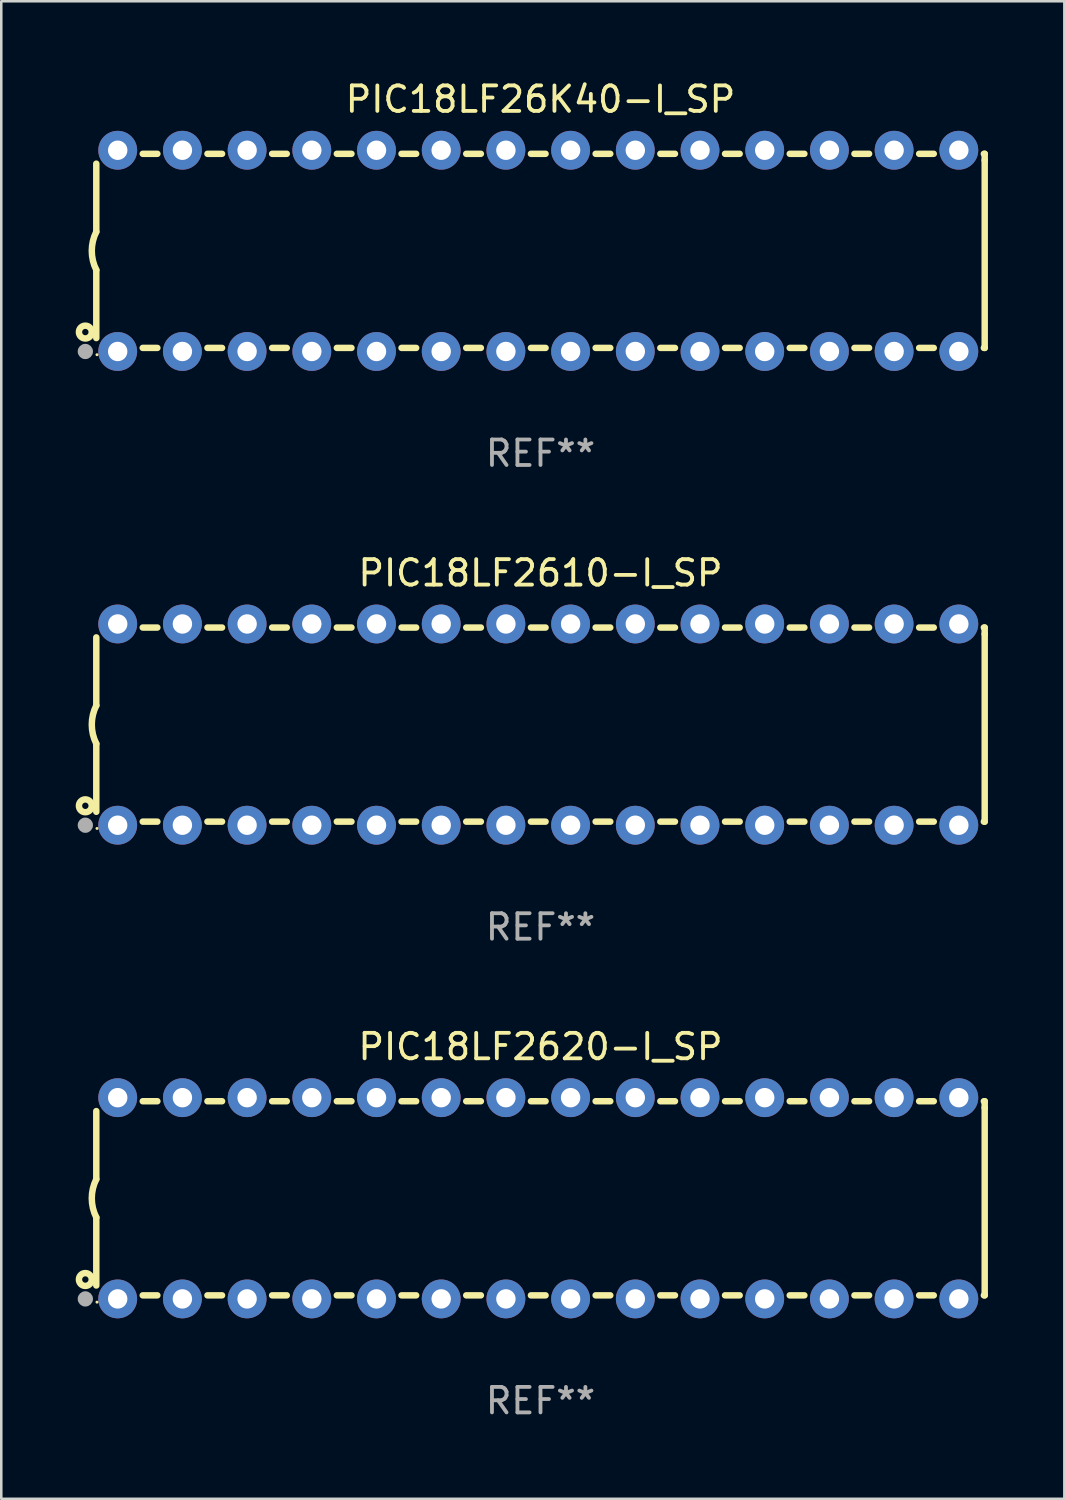
<source format=kicad_pcb>
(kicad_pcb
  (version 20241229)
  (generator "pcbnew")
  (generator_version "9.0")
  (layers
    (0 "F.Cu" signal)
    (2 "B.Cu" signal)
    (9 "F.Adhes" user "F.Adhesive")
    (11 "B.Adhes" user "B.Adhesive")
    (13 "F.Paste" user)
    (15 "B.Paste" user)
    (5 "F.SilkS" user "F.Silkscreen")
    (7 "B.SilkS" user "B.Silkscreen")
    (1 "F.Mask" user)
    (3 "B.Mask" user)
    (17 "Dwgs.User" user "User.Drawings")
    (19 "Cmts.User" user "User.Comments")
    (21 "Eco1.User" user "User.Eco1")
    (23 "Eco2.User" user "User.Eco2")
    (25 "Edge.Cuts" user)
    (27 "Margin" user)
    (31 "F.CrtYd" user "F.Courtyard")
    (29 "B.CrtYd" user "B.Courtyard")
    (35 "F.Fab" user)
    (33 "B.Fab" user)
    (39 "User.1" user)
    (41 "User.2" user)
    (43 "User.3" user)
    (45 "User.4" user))
  (footprint "PIC18LF26K40-I_SP"
    (layer "F.Cu")
    (at 18.168 6.798)
    (property "Reference" "PIC18LF26K40-I_SP" (at 0 -5.95 0) (layer "F.SilkS") (effects (font (size 1 1) (thickness 0.15))))
    (attr through_hole)
    (fp_line (start -17.438 0.75) (end -17.438 3.423) (stroke (width 0.254) (type solid)) (layer "F.SilkS"))
    (fp_line (start -17.438 -3.423) (end -17.438 -0.75) (stroke (width 0.254) (type solid)) (layer "F.SilkS"))
    (fp_line (start -15.615 3.81) (end -15.041 3.81) (stroke (width 0.254) (type solid)) (layer "F.SilkS"))
    (fp_line (start -15.041 -3.81) (end -15.614 -3.81) (stroke (width 0.254) (type solid)) (layer "F.SilkS"))
    (fp_line (start -13.075 3.81) (end -12.501 3.81) (stroke (width 0.254) (type solid)) (layer "F.SilkS"))
    (fp_line (start -12.501 -3.81) (end -13.074 -3.81) (stroke (width 0.254) (type solid)) (layer "F.SilkS"))
    (fp_line (start -10.535 3.81) (end -9.961 3.81) (stroke (width 0.254) (type solid)) (layer "F.SilkS"))
    (fp_line (start -9.961 -3.81) (end -10.534 -3.81) (stroke (width 0.254) (type solid)) (layer "F.SilkS"))
    (fp_line (start -7.995 3.81) (end -7.421 3.81) (stroke (width 0.254) (type solid)) (layer "F.SilkS"))
    (fp_line (start -7.421 -3.81) (end -7.995 -3.81) (stroke (width 0.254) (type solid)) (layer "F.SilkS"))
    (fp_line (start -5.455 3.81) (end -4.881 3.81) (stroke (width 0.254) (type solid)) (layer "F.SilkS"))
    (fp_line (start -4.881 -3.81) (end -5.455 -3.81) (stroke (width 0.254) (type solid)) (layer "F.SilkS"))
    (fp_line (start -2.915 3.81) (end -2.341 3.81) (stroke (width 0.254) (type solid)) (layer "F.SilkS"))
    (fp_line (start -2.341 -3.81) (end -2.915 -3.81) (stroke (width 0.254) (type solid)) (layer "F.SilkS"))
    (fp_line (start -0.375 3.81) (end 0.199 3.81) (stroke (width 0.254) (type solid)) (layer "F.SilkS"))
    (fp_line (start 0.199 -3.81) (end -0.375 -3.81) (stroke (width 0.254) (type solid)) (layer "F.SilkS"))
    (fp_line (start 2.165 3.81) (end 2.739 3.81) (stroke (width 0.254) (type solid)) (layer "F.SilkS"))
    (fp_line (start 2.739 -3.81) (end 2.165 -3.81) (stroke (width 0.254) (type solid)) (layer "F.SilkS"))
    (fp_line (start 4.705 3.81) (end 5.279 3.81) (stroke (width 0.254) (type solid)) (layer "F.SilkS"))
    (fp_line (start 5.279 -3.81) (end 4.705 -3.81) (stroke (width 0.254) (type solid)) (layer "F.SilkS"))
    (fp_line (start 7.245 3.81) (end 7.819 3.81) (stroke (width 0.254) (type solid)) (layer "F.SilkS"))
    (fp_line (start 7.819 -3.81) (end 7.245 -3.81) (stroke (width 0.254) (type solid)) (layer "F.SilkS"))
    (fp_line (start 9.785 3.81) (end 10.359 3.81) (stroke (width 0.254) (type solid)) (layer "F.SilkS"))
    (fp_line (start 10.359 -3.81) (end 9.785 -3.81) (stroke (width 0.254) (type solid)) (layer "F.SilkS"))
    (fp_line (start 12.325 3.81) (end 12.899 3.81) (stroke (width 0.254) (type solid)) (layer "F.SilkS"))
    (fp_line (start 12.899 -3.81) (end 12.325 -3.81) (stroke (width 0.254) (type solid)) (layer "F.SilkS"))
    (fp_line (start 14.865 3.81) (end 15.439 3.81) (stroke (width 0.254) (type solid)) (layer "F.SilkS"))
    (fp_line (start 15.439 -3.81) (end 14.865 -3.81) (stroke (width 0.254) (type solid)) (layer "F.SilkS"))
    (fp_line (start 17.405 3.81) (end 17.438 3.81) (stroke (width 0.254) (type solid)) (layer "F.SilkS"))
    (fp_line (start 17.438 -3.81) (end 17.405 -3.81) (stroke (width 0.254) (type solid)) (layer "F.SilkS"))
    (fp_line (start 17.438 -3.556) (end 17.438 -3.81) (stroke (width 0.254) (type solid)) (layer "F.SilkS"))
    (fp_line (start 17.438 3.81) (end 17.438 -3.556) (stroke (width 0.254) (type solid)) (layer "F.SilkS"))
    (fp_arc (start -17.437986 0.749657) (mid -17.614887 -0.000024) (end -17.437783 -0.749657) (stroke (width 0.254001) (type solid)) (layer "F.SilkS"))
    (fp_circle (center -17.868 3.188) (end -17.743 3.188) (stroke (width 0.254) (type solid)) (fill no) (layer "F.SilkS"))
    (fp_circle (center -17.411 4.077) (end -17.381 4.077) (stroke (width 0.06) (type solid)) (fill no) (layer "F.SilkS"))
    (fp_circle (center -17.868 3.95) (end -17.718 3.95) (stroke (width 0.3) (type solid)) (fill no) (layer "F.Fab"))
    (fp_text user "REF**" (at 0 7.95 0) (layer "F.Fab") (effects (font (size 1 1) (thickness 0.15))))
    (pad "1" thru_hole circle (at -16.598 3.95) (size 1.524 1.524) (drill 0.762) (layers "*.Cu" "*.Mask"))
    (pad "2" thru_hole circle (at -14.058 3.95) (size 1.524 1.524) (drill 0.762) (layers "*.Cu" "*.Mask"))
    (pad "3" thru_hole circle (at -11.518 3.95) (size 1.524 1.524) (drill 0.762) (layers "*.Cu" "*.Mask"))
    (pad "4" thru_hole circle (at -8.978 3.95) (size 1.524 1.524) (drill 0.762) (layers "*.Cu" "*.Mask"))
    (pad "5" thru_hole circle (at -6.438 3.95) (size 1.524 1.524) (drill 0.762) (layers "*.Cu" "*.Mask"))
    (pad "6" thru_hole circle (at -3.898 3.95) (size 1.524 1.524) (drill 0.762) (layers "*.Cu" "*.Mask"))
    (pad "7" thru_hole circle (at -1.358 3.95) (size 1.524 1.524) (drill 0.762) (layers "*.Cu" "*.Mask"))
    (pad "8" thru_hole circle (at 1.182 3.95) (size 1.524 1.524) (drill 0.762) (layers "*.Cu" "*.Mask"))
    (pad "9" thru_hole circle (at 3.722 3.95) (size 1.524 1.524) (drill 0.762) (layers "*.Cu" "*.Mask"))
    (pad "10" thru_hole circle (at 6.262 3.95) (size 1.524 1.524) (drill 0.762) (layers "*.Cu" "*.Mask"))
    (pad "11" thru_hole circle (at 8.802 3.95) (size 1.524 1.524) (drill 0.762) (layers "*.Cu" "*.Mask"))
    (pad "12" thru_hole circle (at 11.342 3.95) (size 1.524 1.524) (drill 0.762) (layers "*.Cu" "*.Mask"))
    (pad "13" thru_hole circle (at 13.882 3.95) (size 1.524 1.524) (drill 0.762) (layers "*.Cu" "*.Mask"))
    (pad "14" thru_hole circle (at 16.422 3.95) (size 1.524 1.524) (drill 0.762) (layers "*.Cu" "*.Mask"))
    (pad "15" thru_hole circle (at 16.422 -3.95) (size 1.524 1.524) (drill 0.762) (layers "*.Cu" "*.Mask"))
    (pad "16" thru_hole circle (at 13.882 -3.95) (size 1.524 1.524) (drill 0.762) (layers "*.Cu" "*.Mask"))
    (pad "17" thru_hole circle (at 11.342 -3.95) (size 1.524 1.524) (drill 0.762) (layers "*.Cu" "*.Mask"))
    (pad "18" thru_hole circle (at 8.802 -3.95) (size 1.524 1.524) (drill 0.762) (layers "*.Cu" "*.Mask"))
    (pad "19" thru_hole circle (at 6.262 -3.95) (size 1.524 1.524) (drill 0.762) (layers "*.Cu" "*.Mask"))
    (pad "20" thru_hole circle (at 3.722 -3.95) (size 1.524 1.524) (drill 0.762) (layers "*.Cu" "*.Mask"))
    (pad "21" thru_hole circle (at 1.182 -3.95) (size 1.524 1.524) (drill 0.762) (layers "*.Cu" "*.Mask"))
    (pad "22" thru_hole circle (at -1.358 -3.95) (size 1.524 1.524) (drill 0.762) (layers "*.Cu" "*.Mask"))
    (pad "23" thru_hole circle (at -3.898 -3.95) (size 1.524 1.524) (drill 0.762) (layers "*.Cu" "*.Mask"))
    (pad "24" thru_hole circle (at -6.438 -3.95) (size 1.524 1.524) (drill 0.762) (layers "*.Cu" "*.Mask"))
    (pad "25" thru_hole circle (at -8.978 -3.95) (size 1.524 1.524) (drill 0.762) (layers "*.Cu" "*.Mask"))
    (pad "26" thru_hole circle (at -11.517 -3.95) (size 1.524 1.524) (drill 0.762) (layers "*.Cu" "*.Mask"))
    (pad "27" thru_hole circle (at -14.057 -3.95) (size 1.524 1.524) (drill 0.762) (layers "*.Cu" "*.Mask"))
    (pad "28" thru_hole circle (at -16.597 -3.95) (size 1.524 1.524) (drill 0.762) (layers "*.Cu" "*.Mask")))
  (footprint "PIC18LF2620-I_SP"
    (layer "F.Cu")
    (at 18.168 43.991)
    (property "Reference" "PIC18LF2620-I_SP" (at 0 -5.95 0) (layer "F.SilkS") (effects (font (size 1 1) (thickness 0.15))))
    (attr through_hole)
    (fp_line (start -17.438 0.75) (end -17.438 3.423) (stroke (width 0.254) (type solid)) (layer "F.SilkS"))
    (fp_line (start -17.438 -3.423) (end -17.438 -0.75) (stroke (width 0.254) (type solid)) (layer "F.SilkS"))
    (fp_line (start -15.615 3.81) (end -15.041 3.81) (stroke (width 0.254) (type solid)) (layer "F.SilkS"))
    (fp_line (start -15.041 -3.81) (end -15.614 -3.81) (stroke (width 0.254) (type solid)) (layer "F.SilkS"))
    (fp_line (start -13.075 3.81) (end -12.501 3.81) (stroke (width 0.254) (type solid)) (layer "F.SilkS"))
    (fp_line (start -12.501 -3.81) (end -13.074 -3.81) (stroke (width 0.254) (type solid)) (layer "F.SilkS"))
    (fp_line (start -10.535 3.81) (end -9.961 3.81) (stroke (width 0.254) (type solid)) (layer "F.SilkS"))
    (fp_line (start -9.961 -3.81) (end -10.534 -3.81) (stroke (width 0.254) (type solid)) (layer "F.SilkS"))
    (fp_line (start -7.995 3.81) (end -7.421 3.81) (stroke (width 0.254) (type solid)) (layer "F.SilkS"))
    (fp_line (start -7.421 -3.81) (end -7.995 -3.81) (stroke (width 0.254) (type solid)) (layer "F.SilkS"))
    (fp_line (start -5.455 3.81) (end -4.881 3.81) (stroke (width 0.254) (type solid)) (layer "F.SilkS"))
    (fp_line (start -4.881 -3.81) (end -5.455 -3.81) (stroke (width 0.254) (type solid)) (layer "F.SilkS"))
    (fp_line (start -2.915 3.81) (end -2.341 3.81) (stroke (width 0.254) (type solid)) (layer "F.SilkS"))
    (fp_line (start -2.341 -3.81) (end -2.915 -3.81) (stroke (width 0.254) (type solid)) (layer "F.SilkS"))
    (fp_line (start -0.375 3.81) (end 0.199 3.81) (stroke (width 0.254) (type solid)) (layer "F.SilkS"))
    (fp_line (start 0.199 -3.81) (end -0.375 -3.81) (stroke (width 0.254) (type solid)) (layer "F.SilkS"))
    (fp_line (start 2.165 3.81) (end 2.739 3.81) (stroke (width 0.254) (type solid)) (layer "F.SilkS"))
    (fp_line (start 2.739 -3.81) (end 2.165 -3.81) (stroke (width 0.254) (type solid)) (layer "F.SilkS"))
    (fp_line (start 4.705 3.81) (end 5.279 3.81) (stroke (width 0.254) (type solid)) (layer "F.SilkS"))
    (fp_line (start 5.279 -3.81) (end 4.705 -3.81) (stroke (width 0.254) (type solid)) (layer "F.SilkS"))
    (fp_line (start 7.245 3.81) (end 7.819 3.81) (stroke (width 0.254) (type solid)) (layer "F.SilkS"))
    (fp_line (start 7.819 -3.81) (end 7.245 -3.81) (stroke (width 0.254) (type solid)) (layer "F.SilkS"))
    (fp_line (start 9.785 3.81) (end 10.359 3.81) (stroke (width 0.254) (type solid)) (layer "F.SilkS"))
    (fp_line (start 10.359 -3.81) (end 9.785 -3.81) (stroke (width 0.254) (type solid)) (layer "F.SilkS"))
    (fp_line (start 12.325 3.81) (end 12.899 3.81) (stroke (width 0.254) (type solid)) (layer "F.SilkS"))
    (fp_line (start 12.899 -3.81) (end 12.325 -3.81) (stroke (width 0.254) (type solid)) (layer "F.SilkS"))
    (fp_line (start 14.865 3.81) (end 15.439 3.81) (stroke (width 0.254) (type solid)) (layer "F.SilkS"))
    (fp_line (start 15.439 -3.81) (end 14.865 -3.81) (stroke (width 0.254) (type solid)) (layer "F.SilkS"))
    (fp_line (start 17.405 3.81) (end 17.438 3.81) (stroke (width 0.254) (type solid)) (layer "F.SilkS"))
    (fp_line (start 17.438 -3.81) (end 17.405 -3.81) (stroke (width 0.254) (type solid)) (layer "F.SilkS"))
    (fp_line (start 17.438 -3.556) (end 17.438 -3.81) (stroke (width 0.254) (type solid)) (layer "F.SilkS"))
    (fp_line (start 17.438 3.81) (end 17.438 -3.556) (stroke (width 0.254) (type solid)) (layer "F.SilkS"))
    (fp_arc (start -17.437986 0.749657) (mid -17.614887 -0.000024) (end -17.437783 -0.749657) (stroke (width 0.254001) (type solid)) (layer "F.SilkS"))
    (fp_circle (center -17.868 3.188) (end -17.743 3.188) (stroke (width 0.254) (type solid)) (fill no) (layer "F.SilkS"))
    (fp_circle (center -17.411 4.077) (end -17.381 4.077) (stroke (width 0.06) (type solid)) (fill no) (layer "F.SilkS"))
    (fp_circle (center -17.868 3.95) (end -17.718 3.95) (stroke (width 0.3) (type solid)) (fill no) (layer "F.Fab"))
    (fp_text user "REF**" (at 0 7.95 0) (layer "F.Fab") (effects (font (size 1 1) (thickness 0.15))))
    (pad "1" thru_hole circle (at -16.598 3.95) (size 1.524 1.524) (drill 0.762) (layers "*.Cu" "*.Mask"))
    (pad "2" thru_hole circle (at -14.058 3.95) (size 1.524 1.524) (drill 0.762) (layers "*.Cu" "*.Mask"))
    (pad "3" thru_hole circle (at -11.518 3.95) (size 1.524 1.524) (drill 0.762) (layers "*.Cu" "*.Mask"))
    (pad "4" thru_hole circle (at -8.978 3.95) (size 1.524 1.524) (drill 0.762) (layers "*.Cu" "*.Mask"))
    (pad "5" thru_hole circle (at -6.438 3.95) (size 1.524 1.524) (drill 0.762) (layers "*.Cu" "*.Mask"))
    (pad "6" thru_hole circle (at -3.898 3.95) (size 1.524 1.524) (drill 0.762) (layers "*.Cu" "*.Mask"))
    (pad "7" thru_hole circle (at -1.358 3.95) (size 1.524 1.524) (drill 0.762) (layers "*.Cu" "*.Mask"))
    (pad "8" thru_hole circle (at 1.182 3.95) (size 1.524 1.524) (drill 0.762) (layers "*.Cu" "*.Mask"))
    (pad "9" thru_hole circle (at 3.722 3.95) (size 1.524 1.524) (drill 0.762) (layers "*.Cu" "*.Mask"))
    (pad "10" thru_hole circle (at 6.262 3.95) (size 1.524 1.524) (drill 0.762) (layers "*.Cu" "*.Mask"))
    (pad "11" thru_hole circle (at 8.802 3.95) (size 1.524 1.524) (drill 0.762) (layers "*.Cu" "*.Mask"))
    (pad "12" thru_hole circle (at 11.342 3.95) (size 1.524 1.524) (drill 0.762) (layers "*.Cu" "*.Mask"))
    (pad "13" thru_hole circle (at 13.882 3.95) (size 1.524 1.524) (drill 0.762) (layers "*.Cu" "*.Mask"))
    (pad "14" thru_hole circle (at 16.422 3.95) (size 1.524 1.524) (drill 0.762) (layers "*.Cu" "*.Mask"))
    (pad "15" thru_hole circle (at 16.422 -3.95) (size 1.524 1.524) (drill 0.762) (layers "*.Cu" "*.Mask"))
    (pad "16" thru_hole circle (at 13.882 -3.95) (size 1.524 1.524) (drill 0.762) (layers "*.Cu" "*.Mask"))
    (pad "17" thru_hole circle (at 11.342 -3.95) (size 1.524 1.524) (drill 0.762) (layers "*.Cu" "*.Mask"))
    (pad "18" thru_hole circle (at 8.802 -3.95) (size 1.524 1.524) (drill 0.762) (layers "*.Cu" "*.Mask"))
    (pad "19" thru_hole circle (at 6.262 -3.95) (size 1.524 1.524) (drill 0.762) (layers "*.Cu" "*.Mask"))
    (pad "20" thru_hole circle (at 3.722 -3.95) (size 1.524 1.524) (drill 0.762) (layers "*.Cu" "*.Mask"))
    (pad "21" thru_hole circle (at 1.182 -3.95) (size 1.524 1.524) (drill 0.762) (layers "*.Cu" "*.Mask"))
    (pad "22" thru_hole circle (at -1.358 -3.95) (size 1.524 1.524) (drill 0.762) (layers "*.Cu" "*.Mask"))
    (pad "23" thru_hole circle (at -3.898 -3.95) (size 1.524 1.524) (drill 0.762) (layers "*.Cu" "*.Mask"))
    (pad "24" thru_hole circle (at -6.438 -3.95) (size 1.524 1.524) (drill 0.762) (layers "*.Cu" "*.Mask"))
    (pad "25" thru_hole circle (at -8.978 -3.95) (size 1.524 1.524) (drill 0.762) (layers "*.Cu" "*.Mask"))
    (pad "26" thru_hole circle (at -11.517 -3.95) (size 1.524 1.524) (drill 0.762) (layers "*.Cu" "*.Mask"))
    (pad "27" thru_hole circle (at -14.057 -3.95) (size 1.524 1.524) (drill 0.762) (layers "*.Cu" "*.Mask"))
    (pad "28" thru_hole circle (at -16.597 -3.95) (size 1.524 1.524) (drill 0.762) (layers "*.Cu" "*.Mask")))
  (footprint "PIC18LF2610-I_SP"
    (layer "F.Cu")
    (at 18.168 25.395)
    (property "Reference" "PIC18LF2610-I_SP" (at 0 -5.95 0) (layer "F.SilkS") (effects (font (size 1 1) (thickness 0.15))))
    (attr through_hole)
    (fp_line (start -17.438 0.75) (end -17.438 3.423) (stroke (width 0.254) (type solid)) (layer "F.SilkS"))
    (fp_line (start -17.438 -3.423) (end -17.438 -0.75) (stroke (width 0.254) (type solid)) (layer "F.SilkS"))
    (fp_line (start -15.615 3.81) (end -15.041 3.81) (stroke (width 0.254) (type solid)) (layer "F.SilkS"))
    (fp_line (start -15.041 -3.81) (end -15.614 -3.81) (stroke (width 0.254) (type solid)) (layer "F.SilkS"))
    (fp_line (start -13.075 3.81) (end -12.501 3.81) (stroke (width 0.254) (type solid)) (layer "F.SilkS"))
    (fp_line (start -12.501 -3.81) (end -13.074 -3.81) (stroke (width 0.254) (type solid)) (layer "F.SilkS"))
    (fp_line (start -10.535 3.81) (end -9.961 3.81) (stroke (width 0.254) (type solid)) (layer "F.SilkS"))
    (fp_line (start -9.961 -3.81) (end -10.534 -3.81) (stroke (width 0.254) (type solid)) (layer "F.SilkS"))
    (fp_line (start -7.995 3.81) (end -7.421 3.81) (stroke (width 0.254) (type solid)) (layer "F.SilkS"))
    (fp_line (start -7.421 -3.81) (end -7.995 -3.81) (stroke (width 0.254) (type solid)) (layer "F.SilkS"))
    (fp_line (start -5.455 3.81) (end -4.881 3.81) (stroke (width 0.254) (type solid)) (layer "F.SilkS"))
    (fp_line (start -4.881 -3.81) (end -5.455 -3.81) (stroke (width 0.254) (type solid)) (layer "F.SilkS"))
    (fp_line (start -2.915 3.81) (end -2.341 3.81) (stroke (width 0.254) (type solid)) (layer "F.SilkS"))
    (fp_line (start -2.341 -3.81) (end -2.915 -3.81) (stroke (width 0.254) (type solid)) (layer "F.SilkS"))
    (fp_line (start -0.375 3.81) (end 0.199 3.81) (stroke (width 0.254) (type solid)) (layer "F.SilkS"))
    (fp_line (start 0.199 -3.81) (end -0.375 -3.81) (stroke (width 0.254) (type solid)) (layer "F.SilkS"))
    (fp_line (start 2.165 3.81) (end 2.739 3.81) (stroke (width 0.254) (type solid)) (layer "F.SilkS"))
    (fp_line (start 2.739 -3.81) (end 2.165 -3.81) (stroke (width 0.254) (type solid)) (layer "F.SilkS"))
    (fp_line (start 4.705 3.81) (end 5.279 3.81) (stroke (width 0.254) (type solid)) (layer "F.SilkS"))
    (fp_line (start 5.279 -3.81) (end 4.705 -3.81) (stroke (width 0.254) (type solid)) (layer "F.SilkS"))
    (fp_line (start 7.245 3.81) (end 7.819 3.81) (stroke (width 0.254) (type solid)) (layer "F.SilkS"))
    (fp_line (start 7.819 -3.81) (end 7.245 -3.81) (stroke (width 0.254) (type solid)) (layer "F.SilkS"))
    (fp_line (start 9.785 3.81) (end 10.359 3.81) (stroke (width 0.254) (type solid)) (layer "F.SilkS"))
    (fp_line (start 10.359 -3.81) (end 9.785 -3.81) (stroke (width 0.254) (type solid)) (layer "F.SilkS"))
    (fp_line (start 12.325 3.81) (end 12.899 3.81) (stroke (width 0.254) (type solid)) (layer "F.SilkS"))
    (fp_line (start 12.899 -3.81) (end 12.325 -3.81) (stroke (width 0.254) (type solid)) (layer "F.SilkS"))
    (fp_line (start 14.865 3.81) (end 15.439 3.81) (stroke (width 0.254) (type solid)) (layer "F.SilkS"))
    (fp_line (start 15.439 -3.81) (end 14.865 -3.81) (stroke (width 0.254) (type solid)) (layer "F.SilkS"))
    (fp_line (start 17.405 3.81) (end 17.438 3.81) (stroke (width 0.254) (type solid)) (layer "F.SilkS"))
    (fp_line (start 17.438 -3.81) (end 17.405 -3.81) (stroke (width 0.254) (type solid)) (layer "F.SilkS"))
    (fp_line (start 17.438 -3.556) (end 17.438 -3.81) (stroke (width 0.254) (type solid)) (layer "F.SilkS"))
    (fp_line (start 17.438 3.81) (end 17.438 -3.556) (stroke (width 0.254) (type solid)) (layer "F.SilkS"))
    (fp_arc (start -17.437986 0.749657) (mid -17.614887 -0.000024) (end -17.437783 -0.749657) (stroke (width 0.254001) (type solid)) (layer "F.SilkS"))
    (fp_circle (center -17.868 3.188) (end -17.743 3.188) (stroke (width 0.254) (type solid)) (fill no) (layer "F.SilkS"))
    (fp_circle (center -17.411 4.077) (end -17.381 4.077) (stroke (width 0.06) (type solid)) (fill no) (layer "F.SilkS"))
    (fp_circle (center -17.868 3.95) (end -17.718 3.95) (stroke (width 0.3) (type solid)) (fill no) (layer "F.Fab"))
    (fp_text user "REF**" (at 0 7.95 0) (layer "F.Fab") (effects (font (size 1 1) (thickness 0.15))))
    (pad "1" thru_hole circle (at -16.598 3.95) (size 1.524 1.524) (drill 0.762) (layers "*.Cu" "*.Mask"))
    (pad "2" thru_hole circle (at -14.058 3.95) (size 1.524 1.524) (drill 0.762) (layers "*.Cu" "*.Mask"))
    (pad "3" thru_hole circle (at -11.518 3.95) (size 1.524 1.524) (drill 0.762) (layers "*.Cu" "*.Mask"))
    (pad "4" thru_hole circle (at -8.978 3.95) (size 1.524 1.524) (drill 0.762) (layers "*.Cu" "*.Mask"))
    (pad "5" thru_hole circle (at -6.438 3.95) (size 1.524 1.524) (drill 0.762) (layers "*.Cu" "*.Mask"))
    (pad "6" thru_hole circle (at -3.898 3.95) (size 1.524 1.524) (drill 0.762) (layers "*.Cu" "*.Mask"))
    (pad "7" thru_hole circle (at -1.358 3.95) (size 1.524 1.524) (drill 0.762) (layers "*.Cu" "*.Mask"))
    (pad "8" thru_hole circle (at 1.182 3.95) (size 1.524 1.524) (drill 0.762) (layers "*.Cu" "*.Mask"))
    (pad "9" thru_hole circle (at 3.722 3.95) (size 1.524 1.524) (drill 0.762) (layers "*.Cu" "*.Mask"))
    (pad "10" thru_hole circle (at 6.262 3.95) (size 1.524 1.524) (drill 0.762) (layers "*.Cu" "*.Mask"))
    (pad "11" thru_hole circle (at 8.802 3.95) (size 1.524 1.524) (drill 0.762) (layers "*.Cu" "*.Mask"))
    (pad "12" thru_hole circle (at 11.342 3.95) (size 1.524 1.524) (drill 0.762) (layers "*.Cu" "*.Mask"))
    (pad "13" thru_hole circle (at 13.882 3.95) (size 1.524 1.524) (drill 0.762) (layers "*.Cu" "*.Mask"))
    (pad "14" thru_hole circle (at 16.422 3.95) (size 1.524 1.524) (drill 0.762) (layers "*.Cu" "*.Mask"))
    (pad "15" thru_hole circle (at 16.422 -3.95) (size 1.524 1.524) (drill 0.762) (layers "*.Cu" "*.Mask"))
    (pad "16" thru_hole circle (at 13.882 -3.95) (size 1.524 1.524) (drill 0.762) (layers "*.Cu" "*.Mask"))
    (pad "17" thru_hole circle (at 11.342 -3.95) (size 1.524 1.524) (drill 0.762) (layers "*.Cu" "*.Mask"))
    (pad "18" thru_hole circle (at 8.802 -3.95) (size 1.524 1.524) (drill 0.762) (layers "*.Cu" "*.Mask"))
    (pad "19" thru_hole circle (at 6.262 -3.95) (size 1.524 1.524) (drill 0.762) (layers "*.Cu" "*.Mask"))
    (pad "20" thru_hole circle (at 3.722 -3.95) (size 1.524 1.524) (drill 0.762) (layers "*.Cu" "*.Mask"))
    (pad "21" thru_hole circle (at 1.182 -3.95) (size 1.524 1.524) (drill 0.762) (layers "*.Cu" "*.Mask"))
    (pad "22" thru_hole circle (at -1.358 -3.95) (size 1.524 1.524) (drill 0.762) (layers "*.Cu" "*.Mask"))
    (pad "23" thru_hole circle (at -3.898 -3.95) (size 1.524 1.524) (drill 0.762) (layers "*.Cu" "*.Mask"))
    (pad "24" thru_hole circle (at -6.438 -3.95) (size 1.524 1.524) (drill 0.762) (layers "*.Cu" "*.Mask"))
    (pad "25" thru_hole circle (at -8.978 -3.95) (size 1.524 1.524) (drill 0.762) (layers "*.Cu" "*.Mask"))
    (pad "26" thru_hole circle (at -11.517 -3.95) (size 1.524 1.524) (drill 0.762) (layers "*.Cu" "*.Mask"))
    (pad "27" thru_hole circle (at -14.057 -3.95) (size 1.524 1.524) (drill 0.762) (layers "*.Cu" "*.Mask"))
    (pad "28" thru_hole circle (at -16.597 -3.95) (size 1.524 1.524) (drill 0.762) (layers "*.Cu" "*.Mask")))
  (gr_rect
    (start -3 -3)
    (end 38.733 55.789)
    (stroke (width 0.1) (type default))
    (fill no)
    (layer "Edge.Cuts")))
</source>
